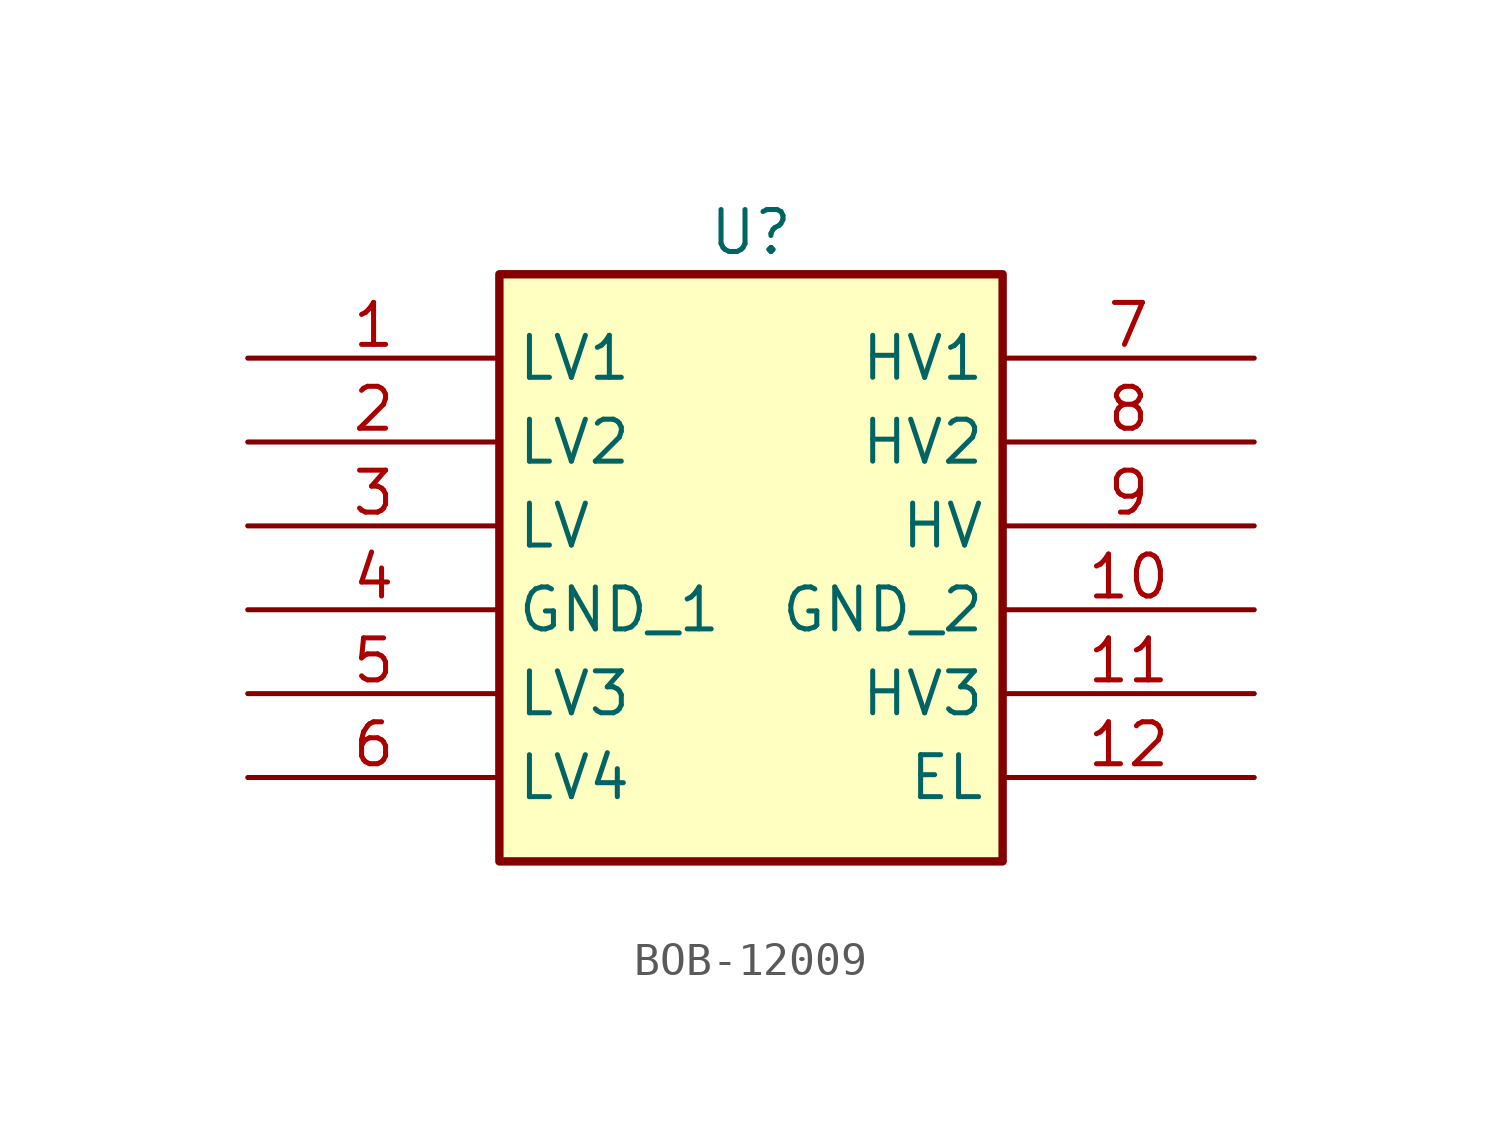
<source format=kicad_sym>
(kicad_symbol_lib
  (version 20220914)
  (generator kicad_symbol_editor)
  (symbol "BOB-12009"
    (property "Reference" "U"
      (at 0 10.16 0)
      (effects (font (size 1.27 1.27))))
    (property "Value" ""
      (at 0 10.16 0)
      (effects (font (size 1.27 1.27))))
    (symbol "BOB-12009_0_1"
      (rectangle (start -7.62 8.89) (end 7.62 -8.89) (stroke (width 0.254) (type default)) (fill (type background))))
    (symbol "BOB-12009_1_1"
      (pin input line (at -15.24 6.35 0) (length 7.62) (name "LV1" (effects (font (size 1.27 1.27)))) (number "1" (effects (font (size 1.27 1.27)))))
      (pin input line (at 15.24 -1.27 180) (length 7.62) (name "GND_2" (effects (font (size 1.27 1.27)))) (number "10" (effects (font (size 1.27 1.27)))))
      (pin input line (at 15.24 -3.81 180) (length 7.62) (name "HV3" (effects (font (size 1.27 1.27)))) (number "11" (effects (font (size 1.27 1.27)))))
      (pin input line (at 15.24 -6.35 180) (length 7.62) (name "EL" (effects (font (size 1.27 1.27)))) (number "12" (effects (font (size 1.27 1.27)))))
      (pin input line (at -15.24 3.81 0) (length 7.62) (name "LV2" (effects (font (size 1.27 1.27)))) (number "2" (effects (font (size 1.27 1.27)))))
      (pin input line (at -15.24 1.27 0) (length 7.62) (name "LV" (effects (font (size 1.27 1.27)))) (number "3" (effects (font (size 1.27 1.27)))))
      (pin input line (at -15.24 -1.27 0) (length 7.62) (name "GND_1" (effects (font (size 1.27 1.27)))) (number "4" (effects (font (size 1.27 1.27)))))
      (pin input line (at -15.24 -3.81 0) (length 7.62) (name "LV3" (effects (font (size 1.27 1.27)))) (number "5" (effects (font (size 1.27 1.27)))))
      (pin input line (at -15.24 -6.35 0) (length 7.62) (name "LV4" (effects (font (size 1.27 1.27)))) (number "6" (effects (font (size 1.27 1.27)))))
      (pin input line (at 15.24 6.35 180) (length 7.62) (name "HV1" (effects (font (size 1.27 1.27)))) (number "7" (effects (font (size 1.27 1.27)))))
      (pin input line (at 15.24 3.81 180) (length 7.62) (name "HV2" (effects (font (size 1.27 1.27)))) (number "8" (effects (font (size 1.27 1.27)))))
      (pin input line (at 15.24 1.27 180) (length 7.62) (name "HV" (effects (font (size 1.27 1.27)))) (number "9" (effects (font (size 1.27 1.27))))))))
</source>
